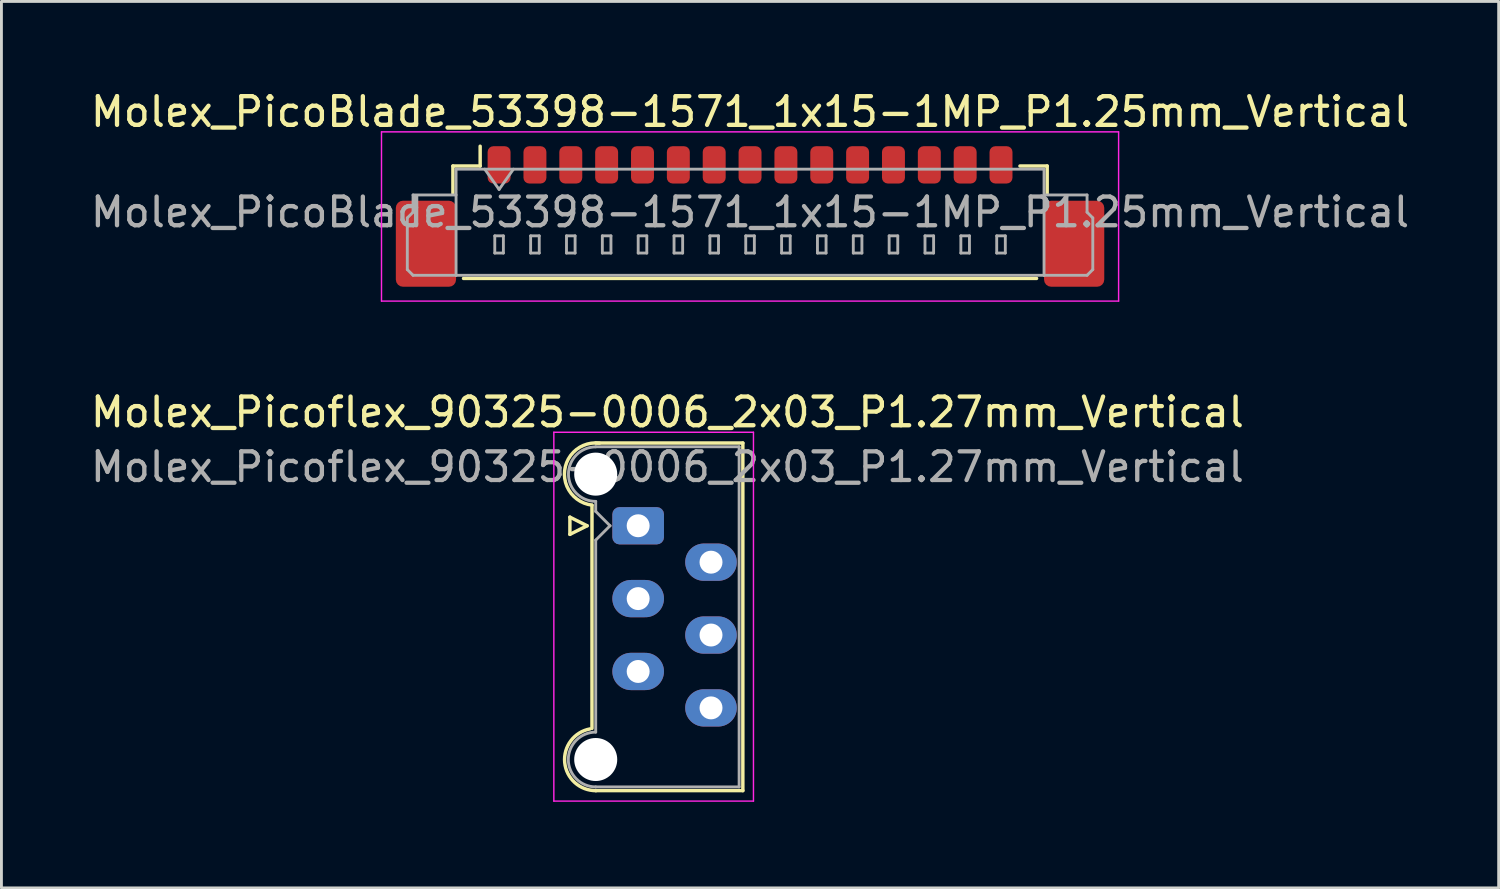
<source format=kicad_pcb>
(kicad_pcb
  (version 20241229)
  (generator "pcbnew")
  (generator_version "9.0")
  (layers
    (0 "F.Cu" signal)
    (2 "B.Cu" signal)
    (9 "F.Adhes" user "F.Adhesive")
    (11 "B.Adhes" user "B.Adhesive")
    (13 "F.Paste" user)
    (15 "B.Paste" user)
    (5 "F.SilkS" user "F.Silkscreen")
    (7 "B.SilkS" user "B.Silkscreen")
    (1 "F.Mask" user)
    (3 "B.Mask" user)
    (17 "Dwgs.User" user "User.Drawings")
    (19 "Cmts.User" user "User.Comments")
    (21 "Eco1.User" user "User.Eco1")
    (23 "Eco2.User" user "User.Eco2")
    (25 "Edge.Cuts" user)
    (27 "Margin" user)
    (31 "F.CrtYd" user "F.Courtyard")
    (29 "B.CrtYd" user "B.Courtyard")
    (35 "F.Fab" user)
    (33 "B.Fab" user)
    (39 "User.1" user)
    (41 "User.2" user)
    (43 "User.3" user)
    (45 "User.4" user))
  (footprint "Molex_Picoflex_90325-0006_2x03_P1.27mm_Vertical"
    (layer "F.Cu")
    (at 19.2 15.281)
    (property "Reference" "Molex_Picoflex_90325-0006_2x03_P1.27mm_Vertical" (at 1.02 -3.96 0) (layer "F.SilkS") (effects (font (size 1 1) (thickness 0.15))))
    (attr through_hole)
    (fp_line (start -2.38 -0.3) (end -2.38 0.3) (stroke (width 0.12) (type solid)) (layer "F.SilkS"))
    (fp_line (start -2.38 0.3) (end -1.78 0) (stroke (width 0.12) (type solid)) (layer "F.SilkS"))
    (fp_line (start -1.78 0) (end -2.38 -0.3) (stroke (width 0.12) (type solid)) (layer "F.SilkS"))
    (fp_line (start -1.61 -0.715) (end -1.61 7.065) (stroke (width 0.12) (type solid)) (layer "F.SilkS"))
    (fp_line (start -1.48 -2.885) (end 3.65 -2.885) (stroke (width 0.12) (type solid)) (layer "F.SilkS"))
    (fp_line (start 3.65 -2.885) (end 3.65 9.235) (stroke (width 0.12) (type solid)) (layer "F.SilkS"))
    (fp_line (start 3.65 9.235) (end -1.48 9.235) (stroke (width 0.12) (type solid)) (layer "F.SilkS"))
    (fp_arc (start -1.61 -0.72) (mid -2.56 -1.93) (end -1.35 -2.88) (stroke (width 0.12) (type solid)) (layer "F.SilkS"))
    (fp_arc (start -1.47 9.235) (mid -2.56 8.254526) (end -1.678256 7.08322) (stroke (width 0.12) (type solid)) (layer "F.SilkS"))
    (fp_line (start -2.94 -3.26) (end -2.94 9.6) (stroke (width 0.05) (type solid)) (layer "F.CrtYd"))
    (fp_line (start -2.94 9.6) (end 4.02 9.6) (stroke (width 0.05) (type solid)) (layer "F.CrtYd"))
    (fp_line (start 4.02 -3.26) (end -2.94 -3.26) (stroke (width 0.05) (type solid)) (layer "F.CrtYd"))
    (fp_line (start 4.02 9.6) (end 4.02 -3.26) (stroke (width 0.05) (type solid)) (layer "F.CrtYd"))
    (fp_line (start -1.48 -2.755) (end 3.52 -2.755) (stroke (width 0.1) (type solid)) (layer "F.Fab"))
    (fp_line (start -1.48 -0.845) (end -1.48 -0.5) (stroke (width 0.1) (type solid)) (layer "F.Fab"))
    (fp_line (start -1.48 -0.5) (end -0.98 0) (stroke (width 0.1) (type solid)) (layer "F.Fab"))
    (fp_line (start -1.48 0.5) (end -1.48 7.195) (stroke (width 0.1) (type solid)) (layer "F.Fab"))
    (fp_line (start -0.98 0) (end -1.48 0.5) (stroke (width 0.1) (type solid)) (layer "F.Fab"))
    (fp_line (start 3.52 -2.755) (end 3.52 9.105) (stroke (width 0.1) (type solid)) (layer "F.Fab"))
    (fp_line (start 3.52 9.105) (end -1.48 9.105) (stroke (width 0.1) (type solid)) (layer "F.Fab"))
    (fp_arc (start -1.48 -0.85) (mid -2.43 -1.8) (end -1.48 -2.75) (stroke (width 0.1) (type solid)) (layer "F.Fab"))
    (fp_arc (start -1.48 9.105) (mid -2.435 8.15) (end -1.48 7.195) (stroke (width 0.1) (type solid)) (layer "F.Fab"))
    (fp_text user "${REFERENCE}" (at 1.02 -2.05 0) (layer "F.Fab") (effects (font (size 1 1) (thickness 0.15))))
    (pad "" np_thru_hole circle (at -1.48 -1.8) (size 1.5 1.5) (drill 1.5) (layers "*.Cu" "*.Mask"))
    (pad "" np_thru_hole circle (at -1.48 8.15) (size 1.5 1.5) (drill 1.5) (layers "*.Cu" "*.Mask"))
    (pad "1" thru_hole roundrect (at 0 0) (size 1.8 1.3) (drill 0.8) (layers "*.Cu" "*.Mask") (roundrect_rratio 0.192))
    (pad "2" thru_hole oval (at 2.54 1.27) (size 1.8 1.3) (drill 0.8) (layers "*.Cu" "*.Mask"))
    (pad "3" thru_hole oval (at 0 2.54) (size 1.8 1.3) (drill 0.8) (layers "*.Cu" "*.Mask"))
    (pad "4" thru_hole oval (at 2.54 3.81) (size 1.8 1.3) (drill 0.8) (layers "*.Cu" "*.Mask"))
    (pad "5" thru_hole oval (at 0 5.08) (size 1.8 1.3) (drill 0.8) (layers "*.Cu" "*.Mask"))
    (pad "6" thru_hole oval (at 2.54 6.35) (size 1.8 1.3) (drill 0.8) (layers "*.Cu" "*.Mask")))
  (footprint "Molex_PicoBlade_53398-1571_1x15-1MP_P1.25mm_Vertical"
    (layer "F.Cu")
    (at 23.101 3.948)
    (property "Reference" "Molex_PicoBlade_53398-1571_1x15-1MP_P1.25mm_Vertical" (at 0 -3.1 0) (layer "F.SilkS") (effects (font (size 1 1) (thickness 0.15))))
    (attr smd)
    (fp_line (start -10.36 -1.21) (end -9.41 -1.21) (stroke (width 0.12) (type solid)) (layer "F.SilkS"))
    (fp_line (start -10.36 -0.26) (end -10.36 -1.21) (stroke (width 0.12) (type solid)) (layer "F.SilkS"))
    (fp_line (start -9.99 2.71) (end 9.99 2.71) (stroke (width 0.12) (type solid)) (layer "F.SilkS"))
    (fp_line (start -9.41 -1.21) (end -9.41 -1.9) (stroke (width 0.12) (type solid)) (layer "F.SilkS"))
    (fp_line (start 10.36 -1.21) (end 9.41 -1.21) (stroke (width 0.12) (type solid)) (layer "F.SilkS"))
    (fp_line (start 10.36 -0.26) (end 10.36 -1.21) (stroke (width 0.12) (type solid)) (layer "F.SilkS"))
    (fp_line (start -12.85 -2.4) (end -12.85 3.5) (stroke (width 0.05) (type solid)) (layer "F.CrtYd"))
    (fp_line (start -12.85 3.5) (end 12.85 3.5) (stroke (width 0.05) (type solid)) (layer "F.CrtYd"))
    (fp_line (start 12.85 -2.4) (end -12.85 -2.4) (stroke (width 0.05) (type solid)) (layer "F.CrtYd"))
    (fp_line (start 12.85 3.5) (end 12.85 -2.4) (stroke (width 0.05) (type solid)) (layer "F.CrtYd"))
    (fp_line (start -11.95 0.6) (end -11.75 0.4) (stroke (width 0.1) (type solid)) (layer "F.Fab"))
    (fp_line (start -11.95 2.4) (end -11.95 0.6) (stroke (width 0.1) (type solid)) (layer "F.Fab"))
    (fp_line (start -11.75 -0.2) (end -10.25 -0.2) (stroke (width 0.1) (type solid)) (layer "F.Fab"))
    (fp_line (start -11.75 0.4) (end -11.75 -0.2) (stroke (width 0.1) (type solid)) (layer "F.Fab"))
    (fp_line (start -11.75 2.6) (end -11.95 2.4) (stroke (width 0.1) (type solid)) (layer "F.Fab"))
    (fp_line (start -10.25 -1.1) (end -10.25 2.6) (stroke (width 0.1) (type solid)) (layer "F.Fab"))
    (fp_line (start -10.25 -1.1) (end 10.25 -1.1) (stroke (width 0.1) (type solid)) (layer "F.Fab"))
    (fp_line (start -10.25 2.6) (end -11.75 2.6) (stroke (width 0.1) (type solid)) (layer "F.Fab"))
    (fp_line (start -10.25 2.6) (end 10.25 2.6) (stroke (width 0.1) (type solid)) (layer "F.Fab"))
    (fp_line (start -9.25 -1.1) (end -8.75 -0.393) (stroke (width 0.1) (type solid)) (layer "F.Fab"))
    (fp_line (start -8.9 1.225) (end -8.9 1.825) (stroke (width 0.1) (type solid)) (layer "F.Fab"))
    (fp_line (start -8.9 1.825) (end -8.6 1.825) (stroke (width 0.1) (type solid)) (layer "F.Fab"))
    (fp_line (start -8.75 -0.393) (end -8.25 -1.1) (stroke (width 0.1) (type solid)) (layer "F.Fab"))
    (fp_line (start -8.6 1.225) (end -8.9 1.225) (stroke (width 0.1) (type solid)) (layer "F.Fab"))
    (fp_line (start -8.6 1.825) (end -8.6 1.225) (stroke (width 0.1) (type solid)) (layer "F.Fab"))
    (fp_line (start -7.65 1.225) (end -7.65 1.825) (stroke (width 0.1) (type solid)) (layer "F.Fab"))
    (fp_line (start -7.65 1.825) (end -7.35 1.825) (stroke (width 0.1) (type solid)) (layer "F.Fab"))
    (fp_line (start -7.35 1.225) (end -7.65 1.225) (stroke (width 0.1) (type solid)) (layer "F.Fab"))
    (fp_line (start -7.35 1.825) (end -7.35 1.225) (stroke (width 0.1) (type solid)) (layer "F.Fab"))
    (fp_line (start -6.4 1.225) (end -6.4 1.825) (stroke (width 0.1) (type solid)) (layer "F.Fab"))
    (fp_line (start -6.4 1.825) (end -6.1 1.825) (stroke (width 0.1) (type solid)) (layer "F.Fab"))
    (fp_line (start -6.1 1.225) (end -6.4 1.225) (stroke (width 0.1) (type solid)) (layer "F.Fab"))
    (fp_line (start -6.1 1.825) (end -6.1 1.225) (stroke (width 0.1) (type solid)) (layer "F.Fab"))
    (fp_line (start -5.15 1.225) (end -5.15 1.825) (stroke (width 0.1) (type solid)) (layer "F.Fab"))
    (fp_line (start -5.15 1.825) (end -4.85 1.825) (stroke (width 0.1) (type solid)) (layer "F.Fab"))
    (fp_line (start -4.85 1.225) (end -5.15 1.225) (stroke (width 0.1) (type solid)) (layer "F.Fab"))
    (fp_line (start -4.85 1.825) (end -4.85 1.225) (stroke (width 0.1) (type solid)) (layer "F.Fab"))
    (fp_line (start -3.9 1.225) (end -3.9 1.825) (stroke (width 0.1) (type solid)) (layer "F.Fab"))
    (fp_line (start -3.9 1.825) (end -3.6 1.825) (stroke (width 0.1) (type solid)) (layer "F.Fab"))
    (fp_line (start -3.6 1.225) (end -3.9 1.225) (stroke (width 0.1) (type solid)) (layer "F.Fab"))
    (fp_line (start -3.6 1.825) (end -3.6 1.225) (stroke (width 0.1) (type solid)) (layer "F.Fab"))
    (fp_line (start -2.65 1.225) (end -2.65 1.825) (stroke (width 0.1) (type solid)) (layer "F.Fab"))
    (fp_line (start -2.65 1.825) (end -2.35 1.825) (stroke (width 0.1) (type solid)) (layer "F.Fab"))
    (fp_line (start -2.35 1.225) (end -2.65 1.225) (stroke (width 0.1) (type solid)) (layer "F.Fab"))
    (fp_line (start -2.35 1.825) (end -2.35 1.225) (stroke (width 0.1) (type solid)) (layer "F.Fab"))
    (fp_line (start -1.4 1.225) (end -1.4 1.825) (stroke (width 0.1) (type solid)) (layer "F.Fab"))
    (fp_line (start -1.4 1.825) (end -1.1 1.825) (stroke (width 0.1) (type solid)) (layer "F.Fab"))
    (fp_line (start -1.1 1.225) (end -1.4 1.225) (stroke (width 0.1) (type solid)) (layer "F.Fab"))
    (fp_line (start -1.1 1.825) (end -1.1 1.225) (stroke (width 0.1) (type solid)) (layer "F.Fab"))
    (fp_line (start -0.15 1.225) (end -0.15 1.825) (stroke (width 0.1) (type solid)) (layer "F.Fab"))
    (fp_line (start -0.15 1.825) (end 0.15 1.825) (stroke (width 0.1) (type solid)) (layer "F.Fab"))
    (fp_line (start 0.15 1.225) (end -0.15 1.225) (stroke (width 0.1) (type solid)) (layer "F.Fab"))
    (fp_line (start 0.15 1.825) (end 0.15 1.225) (stroke (width 0.1) (type solid)) (layer "F.Fab"))
    (fp_line (start 1.1 1.225) (end 1.1 1.825) (stroke (width 0.1) (type solid)) (layer "F.Fab"))
    (fp_line (start 1.1 1.825) (end 1.4 1.825) (stroke (width 0.1) (type solid)) (layer "F.Fab"))
    (fp_line (start 1.4 1.225) (end 1.1 1.225) (stroke (width 0.1) (type solid)) (layer "F.Fab"))
    (fp_line (start 1.4 1.825) (end 1.4 1.225) (stroke (width 0.1) (type solid)) (layer "F.Fab"))
    (fp_line (start 2.35 1.225) (end 2.35 1.825) (stroke (width 0.1) (type solid)) (layer "F.Fab"))
    (fp_line (start 2.35 1.825) (end 2.65 1.825) (stroke (width 0.1) (type solid)) (layer "F.Fab"))
    (fp_line (start 2.65 1.225) (end 2.35 1.225) (stroke (width 0.1) (type solid)) (layer "F.Fab"))
    (fp_line (start 2.65 1.825) (end 2.65 1.225) (stroke (width 0.1) (type solid)) (layer "F.Fab"))
    (fp_line (start 3.6 1.225) (end 3.6 1.825) (stroke (width 0.1) (type solid)) (layer "F.Fab"))
    (fp_line (start 3.6 1.825) (end 3.9 1.825) (stroke (width 0.1) (type solid)) (layer "F.Fab"))
    (fp_line (start 3.9 1.225) (end 3.6 1.225) (stroke (width 0.1) (type solid)) (layer "F.Fab"))
    (fp_line (start 3.9 1.825) (end 3.9 1.225) (stroke (width 0.1) (type solid)) (layer "F.Fab"))
    (fp_line (start 4.85 1.225) (end 4.85 1.825) (stroke (width 0.1) (type solid)) (layer "F.Fab"))
    (fp_line (start 4.85 1.825) (end 5.15 1.825) (stroke (width 0.1) (type solid)) (layer "F.Fab"))
    (fp_line (start 5.15 1.225) (end 4.85 1.225) (stroke (width 0.1) (type solid)) (layer "F.Fab"))
    (fp_line (start 5.15 1.825) (end 5.15 1.225) (stroke (width 0.1) (type solid)) (layer "F.Fab"))
    (fp_line (start 6.1 1.225) (end 6.1 1.825) (stroke (width 0.1) (type solid)) (layer "F.Fab"))
    (fp_line (start 6.1 1.825) (end 6.4 1.825) (stroke (width 0.1) (type solid)) (layer "F.Fab"))
    (fp_line (start 6.4 1.225) (end 6.1 1.225) (stroke (width 0.1) (type solid)) (layer "F.Fab"))
    (fp_line (start 6.4 1.825) (end 6.4 1.225) (stroke (width 0.1) (type solid)) (layer "F.Fab"))
    (fp_line (start 7.35 1.225) (end 7.35 1.825) (stroke (width 0.1) (type solid)) (layer "F.Fab"))
    (fp_line (start 7.35 1.825) (end 7.65 1.825) (stroke (width 0.1) (type solid)) (layer "F.Fab"))
    (fp_line (start 7.65 1.225) (end 7.35 1.225) (stroke (width 0.1) (type solid)) (layer "F.Fab"))
    (fp_line (start 7.65 1.825) (end 7.65 1.225) (stroke (width 0.1) (type solid)) (layer "F.Fab"))
    (fp_line (start 8.6 1.225) (end 8.6 1.825) (stroke (width 0.1) (type solid)) (layer "F.Fab"))
    (fp_line (start 8.6 1.825) (end 8.9 1.825) (stroke (width 0.1) (type solid)) (layer "F.Fab"))
    (fp_line (start 8.9 1.225) (end 8.6 1.225) (stroke (width 0.1) (type solid)) (layer "F.Fab"))
    (fp_line (start 8.9 1.825) (end 8.9 1.225) (stroke (width 0.1) (type solid)) (layer "F.Fab"))
    (fp_line (start 10.25 -1.1) (end 10.25 2.6) (stroke (width 0.1) (type solid)) (layer "F.Fab"))
    (fp_line (start 10.25 2.6) (end 11.75 2.6) (stroke (width 0.1) (type solid)) (layer "F.Fab"))
    (fp_line (start 11.75 -0.2) (end 10.25 -0.2) (stroke (width 0.1) (type solid)) (layer "F.Fab"))
    (fp_line (start 11.75 0.4) (end 11.75 -0.2) (stroke (width 0.1) (type solid)) (layer "F.Fab"))
    (fp_line (start 11.75 2.6) (end 11.95 2.4) (stroke (width 0.1) (type solid)) (layer "F.Fab"))
    (fp_line (start 11.95 0.6) (end 11.75 0.4) (stroke (width 0.1) (type solid)) (layer "F.Fab"))
    (fp_line (start 11.95 2.4) (end 11.95 0.6) (stroke (width 0.1) (type solid)) (layer "F.Fab"))
    (fp_text user "${REFERENCE}" (at 0 0.4 0) (layer "F.Fab") (effects (font (size 1 1) (thickness 0.15))))
    (pad "1" smd roundrect (at -8.75 -1.25) (size 0.8 1.3) (layers "F.Cu" "F.Mask" "F.Paste") (roundrect_rratio 0.25))
    (pad "2" smd roundrect (at -7.5 -1.25) (size 0.8 1.3) (layers "F.Cu" "F.Mask" "F.Paste") (roundrect_rratio 0.25))
    (pad "3" smd roundrect (at -6.25 -1.25) (size 0.8 1.3) (layers "F.Cu" "F.Mask" "F.Paste") (roundrect_rratio 0.25))
    (pad "4" smd roundrect (at -5 -1.25) (size 0.8 1.3) (layers "F.Cu" "F.Mask" "F.Paste") (roundrect_rratio 0.25))
    (pad "5" smd roundrect (at -3.75 -1.25) (size 0.8 1.3) (layers "F.Cu" "F.Mask" "F.Paste") (roundrect_rratio 0.25))
    (pad "6" smd roundrect (at -2.5 -1.25) (size 0.8 1.3) (layers "F.Cu" "F.Mask" "F.Paste") (roundrect_rratio 0.25))
    (pad "7" smd roundrect (at -1.25 -1.25) (size 0.8 1.3) (layers "F.Cu" "F.Mask" "F.Paste") (roundrect_rratio 0.25))
    (pad "8" smd roundrect (at 0 -1.25) (size 0.8 1.3) (layers "F.Cu" "F.Mask" "F.Paste") (roundrect_rratio 0.25))
    (pad "9" smd roundrect (at 1.25 -1.25) (size 0.8 1.3) (layers "F.Cu" "F.Mask" "F.Paste") (roundrect_rratio 0.25))
    (pad "10" smd roundrect (at 2.5 -1.25) (size 0.8 1.3) (layers "F.Cu" "F.Mask" "F.Paste") (roundrect_rratio 0.25))
    (pad "11" smd roundrect (at 3.75 -1.25) (size 0.8 1.3) (layers "F.Cu" "F.Mask" "F.Paste") (roundrect_rratio 0.25))
    (pad "12" smd roundrect (at 5 -1.25) (size 0.8 1.3) (layers "F.Cu" "F.Mask" "F.Paste") (roundrect_rratio 0.25))
    (pad "13" smd roundrect (at 6.25 -1.25) (size 0.8 1.3) (layers "F.Cu" "F.Mask" "F.Paste") (roundrect_rratio 0.25))
    (pad "14" smd roundrect (at 7.5 -1.25) (size 0.8 1.3) (layers "F.Cu" "F.Mask" "F.Paste") (roundrect_rratio 0.25))
    (pad "15" smd roundrect (at 8.75 -1.25) (size 0.8 1.3) (layers "F.Cu" "F.Mask" "F.Paste") (roundrect_rratio 0.25))
    (pad "MP" smd roundrect (at -11.3 1.5) (size 2.1 3) (layers "F.Cu" "F.Mask" "F.Paste") (roundrect_rratio 0.119))
    (pad "MP" smd roundrect (at 11.3 1.5) (size 2.1 3) (layers "F.Cu" "F.Mask" "F.Paste") (roundrect_rratio 0.119)))
  (gr_rect
    (start -3 -3)
    (end 49.202 27.907)
    (stroke (width 0.1) (type default))
    (fill no)
    (layer "Edge.Cuts")))
</source>
